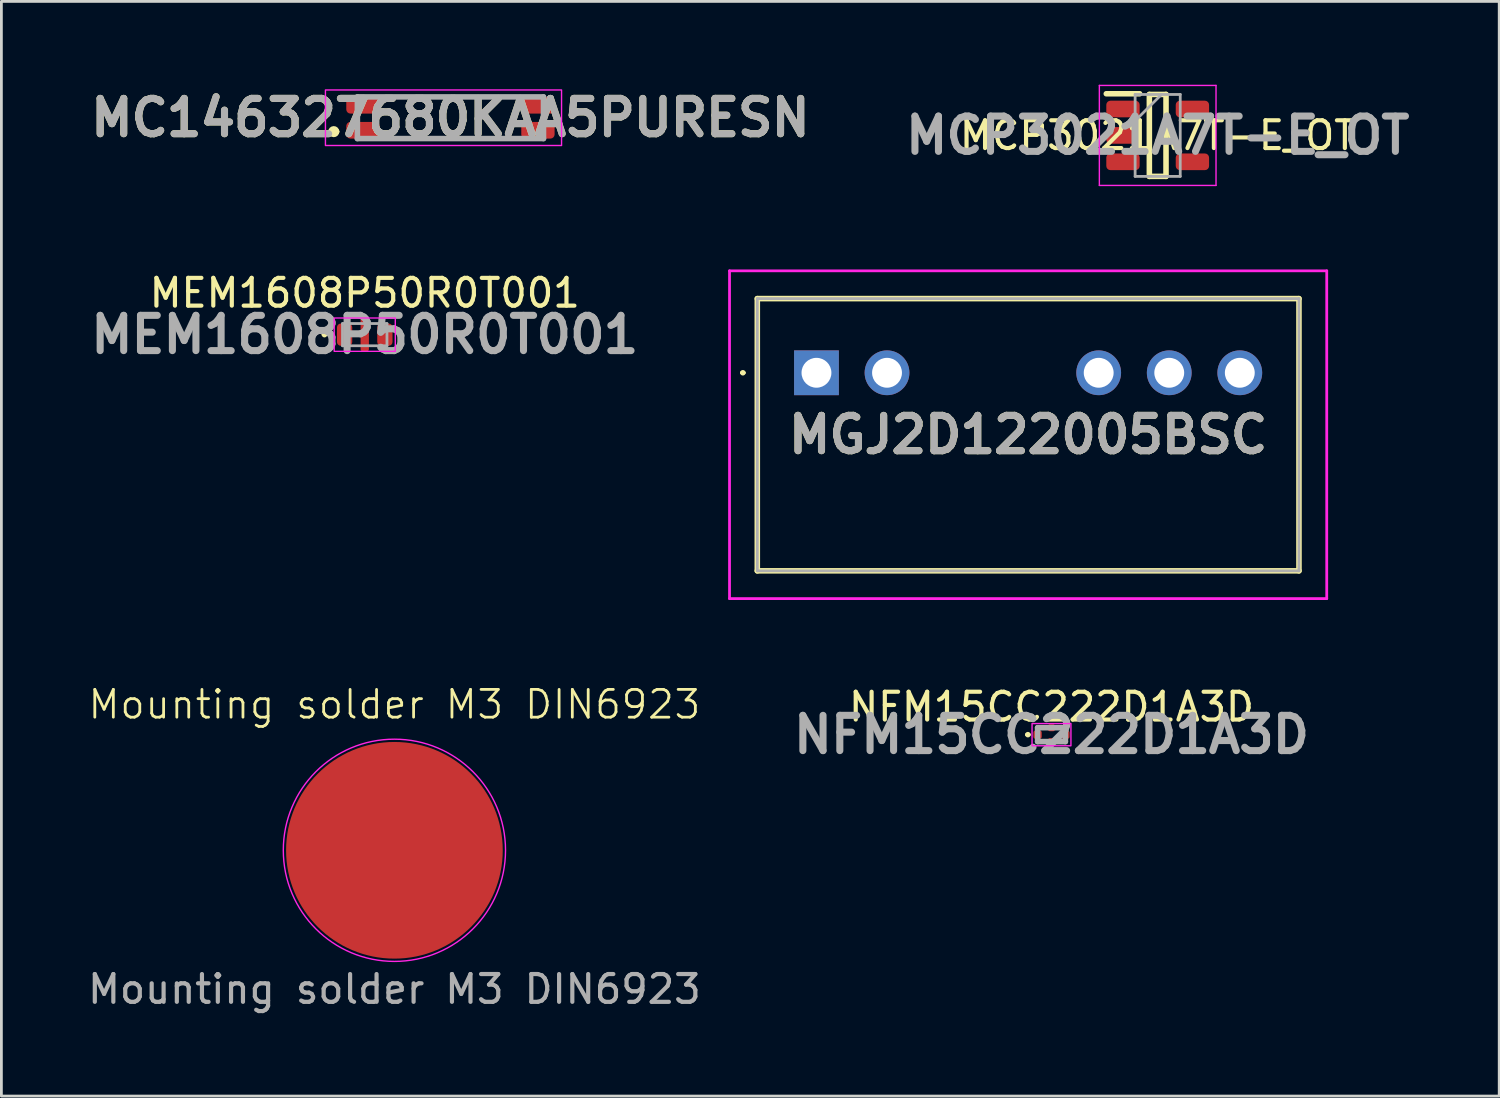
<source format=kicad_pcb>
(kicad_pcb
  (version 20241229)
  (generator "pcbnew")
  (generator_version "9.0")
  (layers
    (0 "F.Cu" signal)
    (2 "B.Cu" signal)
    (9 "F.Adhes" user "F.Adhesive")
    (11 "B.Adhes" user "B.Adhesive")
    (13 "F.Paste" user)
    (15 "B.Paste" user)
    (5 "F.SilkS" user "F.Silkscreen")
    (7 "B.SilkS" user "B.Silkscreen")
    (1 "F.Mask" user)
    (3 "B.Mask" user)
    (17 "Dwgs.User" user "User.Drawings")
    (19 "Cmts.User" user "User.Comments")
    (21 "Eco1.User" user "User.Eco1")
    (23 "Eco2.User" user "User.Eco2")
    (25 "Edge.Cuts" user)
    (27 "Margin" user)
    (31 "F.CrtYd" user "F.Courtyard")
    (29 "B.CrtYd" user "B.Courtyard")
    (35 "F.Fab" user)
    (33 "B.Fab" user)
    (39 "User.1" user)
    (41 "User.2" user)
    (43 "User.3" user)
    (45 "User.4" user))
  (footprint "MCP3021A7T-E_OT"
    (layer "F.Cu")
    (at 38.627 1.825)
    (property "Reference" "MCP3021A7T-E_OT" (at 0 0 0) (layer "F.SilkS") (effects (font (size 1 1) (thickness 0.15))))
    (attr smd)
    (fp_line (start -1.85 -1.5) (end -0.65 -1.5) (stroke (width 0.2) (type solid)) (layer "F.SilkS"))
    (fp_line (start -0.3 -1.475) (end 0.3 -1.475) (stroke (width 0.2) (type solid)) (layer "F.SilkS"))
    (fp_line (start -0.3 1.475) (end -0.3 -1.475) (stroke (width 0.2) (type solid)) (layer "F.SilkS"))
    (fp_line (start 0.3 -1.475) (end 0.3 1.475) (stroke (width 0.2) (type solid)) (layer "F.SilkS"))
    (fp_line (start 0.3 1.475) (end -0.3 1.475) (stroke (width 0.2) (type solid)) (layer "F.SilkS"))
    (fp_line (start -2.1 -1.8) (end 2.1 -1.8) (stroke (width 0.05) (type solid)) (layer "F.CrtYd"))
    (fp_line (start -2.1 1.8) (end -2.1 -1.8) (stroke (width 0.05) (type solid)) (layer "F.CrtYd"))
    (fp_line (start 2.1 -1.8) (end 2.1 1.8) (stroke (width 0.05) (type solid)) (layer "F.CrtYd"))
    (fp_line (start 2.1 1.8) (end -2.1 1.8) (stroke (width 0.05) (type solid)) (layer "F.CrtYd"))
    (fp_line (start -0.812 -1.475) (end 0.812 -1.475) (stroke (width 0.1) (type solid)) (layer "F.Fab"))
    (fp_line (start -0.812 -0.525) (end 0.138 -1.475) (stroke (width 0.1) (type solid)) (layer "F.Fab"))
    (fp_line (start -0.812 1.475) (end -0.812 -1.475) (stroke (width 0.1) (type solid)) (layer "F.Fab"))
    (fp_line (start 0.812 -1.475) (end 0.812 1.475) (stroke (width 0.1) (type solid)) (layer "F.Fab"))
    (fp_line (start 0.812 1.475) (end -0.812 1.475) (stroke (width 0.1) (type solid)) (layer "F.Fab"))
    (fp_text user "${REFERENCE}" (at 0 0 0) (layer "F.Fab") (effects (font (size 1.27 1.27) (thickness 0.254))))
    (pad "1" smd roundrect (at -1.25 -0.95 90) (size 0.6 1.2) (layers "F.Cu" "F.Mask" "F.Paste") (roundrect_rratio 0.25))
    (pad "2" smd roundrect (at -1.25 0 90) (size 0.6 1.2) (layers "F.Cu" "F.Mask" "F.Paste") (roundrect_rratio 0.25))
    (pad "3" smd roundrect (at -1.25 0.95 90) (size 0.6 1.2) (layers "F.Cu" "F.Mask" "F.Paste") (roundrect_rratio 0.25))
    (pad "4" smd roundrect (at 1.25 0.95 90) (size 0.6 1.2) (layers "F.Cu" "F.Mask" "F.Paste") (roundrect_rratio 0.25))
    (pad "5" smd roundrect (at 1.25 -0.95 90) (size 0.6 1.2) (layers "F.Cu" "F.Mask" "F.Paste") (roundrect_rratio 0.25)))
  (footprint "MGJ2D122005BSC"
    (layer "F.Cu")
    (at 26.343 10.37)
    (property "Reference" "MGJ2D122005BSC" (at 7.62 2.23 0) (layer "F.SilkS") (effects (font (size 1.27 1.27) (thickness 0.254))))
    (attr through_hole)
    (fp_line (start -2.7 0) (end -2.7 0) (stroke (width 0.1) (type solid)) (layer "F.SilkS"))
    (fp_line (start -2.6 0) (end -2.6 0) (stroke (width 0.1) (type solid)) (layer "F.SilkS"))
    (fp_line (start -2.13 -2.67) (end 17.37 -2.67) (stroke (width 0.2) (type solid)) (layer "F.SilkS"))
    (fp_line (start -2.13 7.13) (end -2.13 -2.67) (stroke (width 0.2) (type solid)) (layer "F.SilkS"))
    (fp_line (start 17.37 -2.67) (end 17.37 7.13) (stroke (width 0.2) (type solid)) (layer "F.SilkS"))
    (fp_line (start 17.37 7.13) (end -2.13 7.13) (stroke (width 0.2) (type solid)) (layer "F.SilkS"))
    (fp_arc (start -2.7 0) (mid -2.65 -0.05) (end -2.6 0) (stroke (width 0.1) (type solid)) (layer "F.SilkS"))
    (fp_arc (start -2.6 0) (mid -2.65 0.05) (end -2.7 0) (stroke (width 0.1) (type solid)) (layer "F.SilkS"))
    (fp_line (start -3.13 -3.67) (end 18.37 -3.67) (stroke (width 0.1) (type solid)) (layer "F.CrtYd"))
    (fp_line (start -3.13 8.13) (end -3.13 -3.67) (stroke (width 0.1) (type solid)) (layer "F.CrtYd"))
    (fp_line (start 18.37 -3.67) (end 18.37 8.13) (stroke (width 0.1) (type solid)) (layer "F.CrtYd"))
    (fp_line (start 18.37 8.13) (end -3.13 8.13) (stroke (width 0.1) (type solid)) (layer "F.CrtYd"))
    (fp_line (start -2.13 -2.67) (end 17.37 -2.67) (stroke (width 0.1) (type solid)) (layer "F.Fab"))
    (fp_line (start -2.13 7.13) (end -2.13 -2.67) (stroke (width 0.1) (type solid)) (layer "F.Fab"))
    (fp_line (start 17.37 -2.67) (end 17.37 7.13) (stroke (width 0.1) (type solid)) (layer "F.Fab"))
    (fp_line (start 17.37 7.13) (end -2.13 7.13) (stroke (width 0.1) (type solid)) (layer "F.Fab"))
    (fp_text user "${REFERENCE}" (at 7.62 2.23 0) (layer "F.Fab") (effects (font (size 1.27 1.27) (thickness 0.254))))
    (pad "1" thru_hole rect (at 0 0) (size 1.612 1.612) (drill 1.075) (layers "*.Cu" "*.Mask"))
    (pad "2" thru_hole circle (at 2.54 0) (size 1.612 1.612) (drill 1.075) (layers "*.Cu" "*.Mask"))
    (pad "5" thru_hole circle (at 10.16 0) (size 1.612 1.612) (drill 1.075) (layers "*.Cu" "*.Mask"))
    (pad "6" thru_hole circle (at 12.7 0) (size 1.612 1.612) (drill 1.075) (layers "*.Cu" "*.Mask"))
    (pad "7" thru_hole circle (at 15.24 0) (size 1.612 1.612) (drill 1.075) (layers "*.Cu" "*.Mask")))
  (footprint "MC146327680KAA5PURESN"
    (layer "F.Cu")
    (at 13.166 1.189)
    (property "Reference" "MC146327680KAA5PURESN" (at 0 0 0) (layer "F.SilkS") (effects (font (size 1.27 1.27) (thickness 0.254))))
    (attr smd)
    (fp_line (start -4.3 0.5) (end -4.3 0.5) (stroke (width 0.2) (type solid)) (layer "F.SilkS"))
    (fp_line (start -4.1 0.5) (end -4.1 0.5) (stroke (width 0.2) (type solid)) (layer "F.SilkS"))
    (fp_line (start -2 -0.75) (end 2 -0.75) (stroke (width 0.1) (type solid)) (layer "F.SilkS"))
    (fp_line (start -2 0.75) (end 2 0.75) (stroke (width 0.1) (type solid)) (layer "F.SilkS"))
    (fp_arc (start -4.3 0.5) (mid -4.2 0.4) (end -4.1 0.5) (stroke (width 0.2) (type solid)) (layer "F.SilkS"))
    (fp_arc (start -4.1 0.5) (mid -4.2 0.6) (end -4.3 0.5) (stroke (width 0.2) (type solid)) (layer "F.SilkS"))
    (fp_rect (start -4.5 -1) (end 4 1) (stroke (width 0.05) (type default)) (fill no) (layer "F.CrtYd"))
    (fp_line (start -3.35 -0.75) (end 3.35 -0.75) (stroke (width 0.2) (type solid)) (layer "F.Fab"))
    (fp_line (start -3.35 0.75) (end -3.35 -0.75) (stroke (width 0.2) (type solid)) (layer "F.Fab"))
    (fp_line (start 3.35 -0.75) (end 3.35 0.75) (stroke (width 0.2) (type solid)) (layer "F.Fab"))
    (fp_line (start 3.35 0.75) (end -3.35 0.75) (stroke (width 0.2) (type solid)) (layer "F.Fab"))
    (fp_text user "${REFERENCE}" (at 0 0 0) (layer "F.Fab") (effects (font (size 1.27 1.27) (thickness 0.254))))
    (pad "1" smd roundrect (at -3.15 0.45 90) (size 0.6 1.2) (layers "F.Cu" "F.Mask" "F.Paste") (roundrect_rratio 0.25))
    (pad "2" smd roundrect (at 3.15 0.45 90) (size 0.6 1.2) (layers "F.Cu" "F.Mask" "F.Paste") (roundrect_rratio 0.25))
    (pad "3" smd roundrect (at 3.15 -0.45 90) (size 0.6 1.2) (layers "F.Cu" "F.Mask" "F.Paste") (roundrect_rratio 0.25))
    (pad "4" smd roundrect (at -3.15 -0.45 90) (size 0.6 1.2) (layers "F.Cu" "F.Mask" "F.Paste") (roundrect_rratio 0.25)))
  (footprint "MEM1608P50R0T001"
    (layer "F.Cu")
    (at 10.081 8.998)
    (property "Reference" "MEM1608P50R0T001" (at 0 -1.5 0) (layer "F.SilkS") (effects (font (size 1 1) (thickness 0.15))))
    (attr smd)
    (fp_line (start -1.5 0) (end -1.5 0) (stroke (width 0.1) (type solid)) (layer "F.SilkS"))
    (fp_line (start -1.4 0) (end -1.4 0) (stroke (width 0.1) (type solid)) (layer "F.SilkS"))
    (fp_arc (start -1.5 0) (mid -1.45 -0.05) (end -1.4 0) (stroke (width 0.1) (type solid)) (layer "F.SilkS"))
    (fp_arc (start -1.4 0) (mid -1.45 0.05) (end -1.5 0) (stroke (width 0.1) (type solid)) (layer "F.SilkS"))
    (fp_rect (start -1.1 -0.6) (end 1.1 0.6) (stroke (width 0.05) (type default)) (fill no) (layer "F.CrtYd"))
    (fp_line (start -0.8 -0.4) (end 0.8 -0.4) (stroke (width 0.1) (type solid)) (layer "F.Fab"))
    (fp_line (start -0.8 0.4) (end -0.8 -0.4) (stroke (width 0.1) (type solid)) (layer "F.Fab"))
    (fp_line (start 0.8 -0.4) (end 0.8 0.4) (stroke (width 0.1) (type solid)) (layer "F.Fab"))
    (fp_line (start 0.8 0.4) (end -0.8 0.4) (stroke (width 0.1) (type solid)) (layer "F.Fab"))
    (fp_text user "${REFERENCE}" (at 0 0 0) (layer "F.Fab") (effects (font (size 1.27 1.27) (thickness 0.254))))
    (pad "1" smd roundrect (at -0.725 0) (size 0.55 0.8) (layers "F.Cu" "F.Mask" "F.Paste") (roundrect_rratio 0.25))
    (pad "2" smd roundrect (at 0 0) (size 0.3 1.2) (layers "F.Cu" "F.Mask" "F.Paste") (roundrect_rratio 0.25))
    (pad "3" smd roundrect (at 0.725 0) (size 0.55 0.8) (layers "F.Cu" "F.Mask" "F.Paste") (roundrect_rratio 0.25)))
  (footprint "NFM15CC222D1A3D"
    (layer "F.Cu")
    (at 34.804 23.398)
    (property "Reference" "NFM15CC222D1A3D" (at 0 -1 0) (layer "F.SilkS") (effects (font (size 1 1) (thickness 0.15))))
    (attr smd)
    (fp_line (start -0.9 0) (end -0.9 0) (stroke (width 0.1) (type solid)) (layer "F.SilkS"))
    (fp_line (start -0.8 0) (end -0.8 0) (stroke (width 0.1) (type solid)) (layer "F.SilkS"))
    (fp_arc (start -0.9 0) (mid -0.85 -0.05) (end -0.8 0) (stroke (width 0.1) (type solid)) (layer "F.SilkS"))
    (fp_arc (start -0.8 0) (mid -0.85 0.05) (end -0.9 0) (stroke (width 0.1) (type solid)) (layer "F.SilkS"))
    (fp_rect (start -0.7 -0.4) (end 0.7 0.4) (stroke (width 0.05) (type default)) (fill no) (layer "F.CrtYd"))
    (fp_line (start -0.5 -0.25) (end 0.5 -0.25) (stroke (width 0.2) (type solid)) (layer "F.Fab"))
    (fp_line (start -0.5 0.25) (end -0.5 -0.25) (stroke (width 0.2) (type solid)) (layer "F.Fab"))
    (fp_line (start 0.5 -0.25) (end 0.5 0.25) (stroke (width 0.2) (type solid)) (layer "F.Fab"))
    (fp_line (start 0.5 0.25) (end -0.5 0.25) (stroke (width 0.2) (type solid)) (layer "F.Fab"))
    (fp_text user "${REFERENCE}" (at 0 0 0) (layer "F.Fab") (effects (font (size 1.27 1.27) (thickness 0.254))))
    (pad "1" smd roundrect (at -0.5 0) (size 0.3 0.3) (layers "F.Cu" "F.Mask" "F.Paste") (roundrect_rratio 0.25))
    (pad "2" smd roundrect (at 0 -0.25) (size 0.25 0.25) (layers "F.Cu" "F.Mask" "F.Paste") (roundrect_rratio 0.25))
    (pad "2" smd roundrect (at 0 0.25) (size 0.25 0.25) (layers "F.Cu" "F.Mask" "F.Paste") (roundrect_rratio 0.25))
    (pad "3" smd roundrect (at 0.5 0) (size 0.3 0.3) (layers "F.Cu" "F.Mask" "F.Paste") (roundrect_rratio 0.25)))
  (footprint "Mounting solder M3 DIN6923"
    (layer "F.Cu")
    (at 11.149 27.561)
    (property "Reference" "Mounting solder M3 DIN6923" (at 0 -5.25 0) (unlocked yes) (layer "F.SilkS") (effects (font (size 1 1) (thickness 0.1))))
    (attr smd)
    (fp_circle (center 0 0) (end 4 0) (stroke (width 0.05) (type default)) (fill no) (layer "F.CrtYd"))
    (fp_text user "${REFERENCE}" (at 0 5 0) (unlocked yes) (layer "F.Fab") (effects (font (size 1 1) (thickness 0.15))))
    (pad "1" smd circle (at 0 0) (size 7.8 7.8) (layers "F.Cu" "F.Mask" "F.Paste")))
  (gr_rect
    (start -3 -3)
    (end 50.922 36.409)
    (stroke (width 0.1) (type default))
    (fill no)
    (layer "Edge.Cuts")))
</source>
